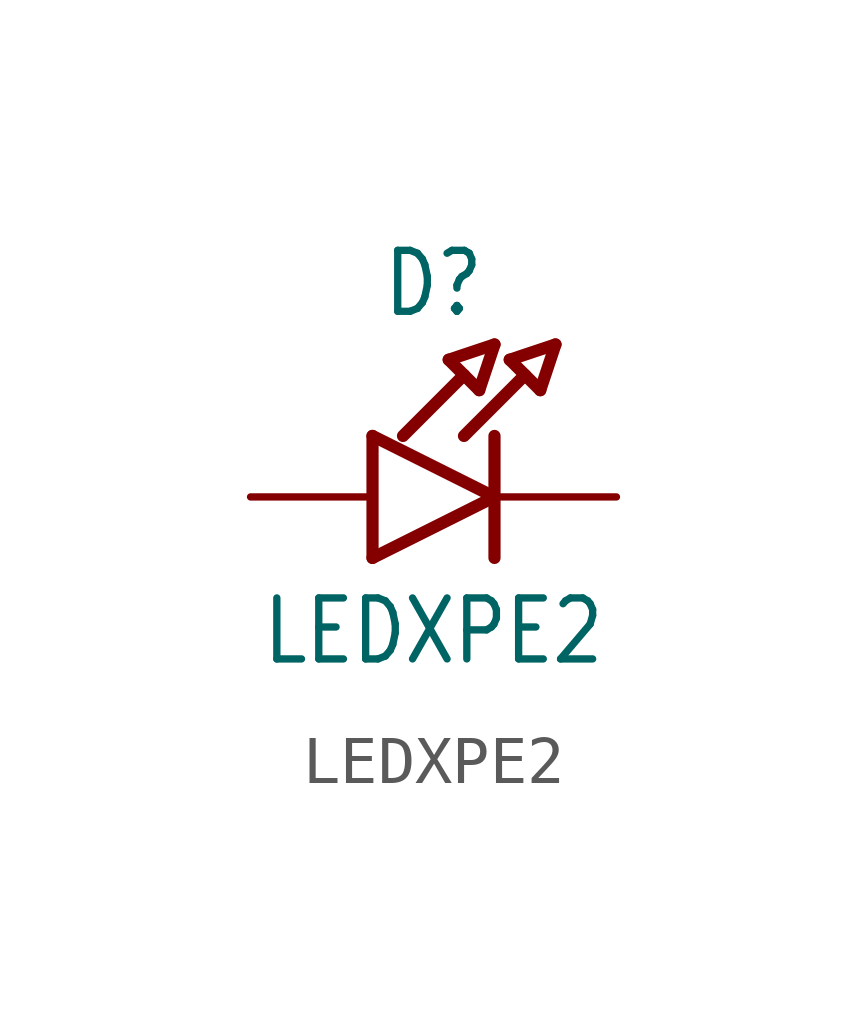
<source format=kicad_sym>
(kicad_symbol_lib
  (version 20201005)
  (generator kicad_symbol_editor)
  (symbol "LEDXPE2"
    (property "Reference" "D"
      (at -1.27 4.445 0)
      (effects (font (size 1.27 1.079))))
    (property "Value" "LEDXPE2"
      (at -1.27 -2.794 0)
      (effects (font (size 1.27 1.079))))
    (property "ki_locked" ""
      (at 0 0 0)
      (effects (font (size 1.27 1.27))))
    (symbol "LEDXPE2_1_0"
      (polyline (pts (xy -2.54 -1.27) (xy 0 0)) (stroke (width 0.254)) (fill (type none)))
      (polyline (pts (xy -2.54 1.27) (xy -2.54 -1.27)) (stroke (width 0.254)) (fill (type none)))
      (polyline (pts (xy -1.905 1.27) (xy -0.635 2.54)) (stroke (width 0.254)) (fill (type none)))
      (polyline (pts (xy -0.953 2.857) (xy -0.318 2.223)) (stroke (width 0.254)) (fill (type none)))
      (polyline (pts (xy -0.635 1.27) (xy 0.635 2.54)) (stroke (width 0.254)) (fill (type none)))
      (polyline (pts (xy -0.318 2.223) (xy 0 3.175)) (stroke (width 0.254)) (fill (type none)))
      (polyline (pts (xy 0 0) (xy -2.54 1.27)) (stroke (width 0.254)) (fill (type none)))
      (polyline (pts (xy 0 0) (xy 0 -1.27)) (stroke (width 0.254)) (fill (type none)))
      (polyline (pts (xy 0 1.27) (xy 0 0)) (stroke (width 0.254)) (fill (type none)))
      (polyline (pts (xy 0 3.175) (xy -0.953 2.857)) (stroke (width 0.254)) (fill (type none)))
      (polyline (pts (xy 0.318 2.857) (xy 0.953 2.223)) (stroke (width 0.254)) (fill (type none)))
      (polyline (pts (xy 0.953 2.223) (xy 1.27 3.175)) (stroke (width 0.254)) (fill (type none)))
      (polyline (pts (xy 1.27 3.175) (xy 0.318 2.857)) (stroke (width 0.254)) (fill (type none)))
      (pin passive line (at -5.08 0 0) (length 2.54) (name "A" (effects (font (size 0 0)))) (number "ANODE" (effects (font (size 0 0)))))
      (pin passive line (at 2.54 0 180) (length 2.54) (name "C" (effects (font (size 0 0)))) (number "CATHODE" (effects (font (size 0 0))))))))
</source>
